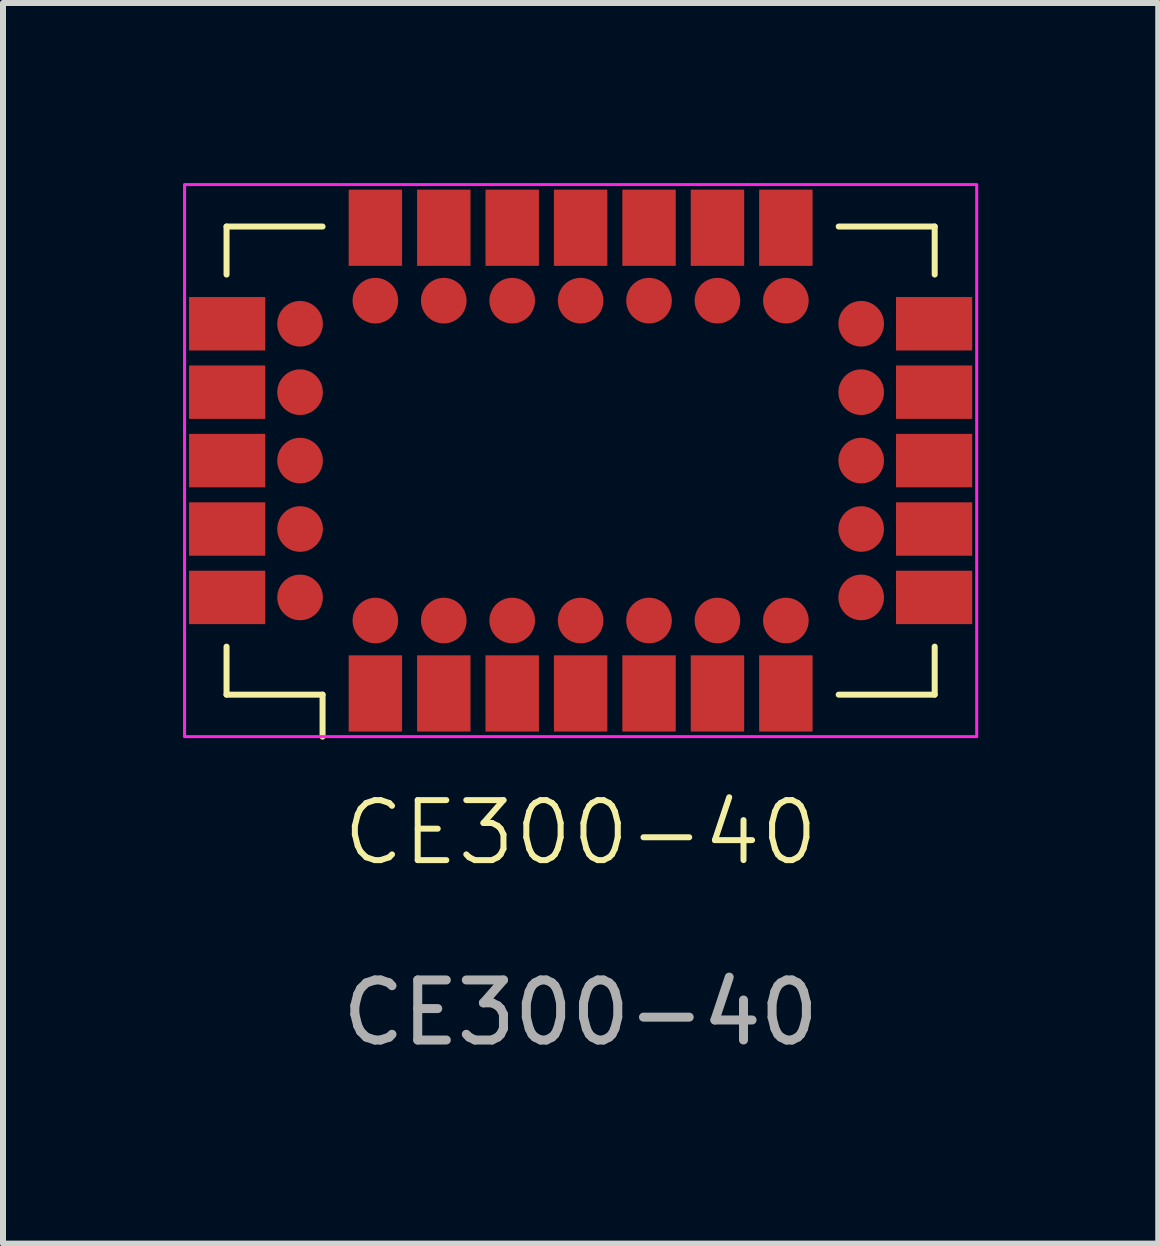
<source format=kicad_pcb>
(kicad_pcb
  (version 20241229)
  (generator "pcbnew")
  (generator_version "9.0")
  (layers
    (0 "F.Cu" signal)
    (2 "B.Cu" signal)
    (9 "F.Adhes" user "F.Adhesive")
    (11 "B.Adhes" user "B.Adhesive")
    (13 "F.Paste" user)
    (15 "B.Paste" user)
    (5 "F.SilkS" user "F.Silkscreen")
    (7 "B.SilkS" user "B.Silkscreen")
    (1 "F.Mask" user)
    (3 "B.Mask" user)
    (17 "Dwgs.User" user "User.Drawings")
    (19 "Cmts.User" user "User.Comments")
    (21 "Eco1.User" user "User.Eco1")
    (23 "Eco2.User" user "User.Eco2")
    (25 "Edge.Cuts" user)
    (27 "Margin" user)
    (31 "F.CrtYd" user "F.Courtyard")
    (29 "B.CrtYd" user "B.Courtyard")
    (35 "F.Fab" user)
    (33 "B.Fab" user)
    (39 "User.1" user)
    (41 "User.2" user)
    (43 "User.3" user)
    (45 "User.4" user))
  (footprint "CE300-40"
    (layer "F.Cu")
    (at 6.625 4.625)
    (property "Reference" "CE300-40" (at 0 6.2 0) (unlocked yes) (layer "F.SilkS") (effects (font (size 1 1) (thickness 0.1))))
    (attr smd)
    (fp_line (start -5.9 -3.1) (end -5.9 -3.9) (stroke (width 0.1) (type default)) (layer "F.SilkS"))
    (fp_line (start -5.9 3.1) (end -5.9 3.9) (stroke (width 0.1) (type default)) (layer "F.SilkS"))
    (fp_line (start -5.9 3.9) (end -4.3 3.9) (stroke (width 0.1) (type default)) (layer "F.SilkS"))
    (fp_line (start -4.3 -3.9) (end -5.9 -3.9) (stroke (width 0.1) (type default)) (layer "F.SilkS"))
    (fp_line (start -4.3 3.9) (end -4.3 4.6) (stroke (width 0.1) (type default)) (layer "F.SilkS"))
    (fp_line (start 4.3 3.9) (end 5.9 3.9) (stroke (width 0.1) (type default)) (layer "F.SilkS"))
    (fp_line (start 5.9 -3.9) (end 4.3 -3.9) (stroke (width 0.1) (type default)) (layer "F.SilkS"))
    (fp_line (start 5.9 -3.1) (end 5.9 -3.9) (stroke (width 0.1) (type default)) (layer "F.SilkS"))
    (fp_line (start 5.9 3.9) (end 5.9 3.1) (stroke (width 0.1) (type default)) (layer "F.SilkS"))
    (fp_rect (start -6.6 -4.6) (end 6.6 4.6) (stroke (width 0.05) (type default)) (fill no) (layer "F.CrtYd"))
    (fp_text user "${REFERENCE}" (at 0 9.2 0) (unlocked yes) (layer "F.Fab") (effects (font (size 1 1) (thickness 0.15))))
    (pad "1" smd circle (at -3.42 2.665) (size 0.76 0.76) (layers "F.Cu" "F.Mask" "F.Paste"))
    (pad "1" smd rect (at -3.42 3.88) (size 0.89 1.27) (property pad_prop_testpoint) (layers "F.Cu" "F.Mask"))
    (pad "2" smd circle (at -2.28 2.665) (size 0.76 0.76) (layers "F.Cu" "F.Mask" "F.Paste"))
    (pad "2" smd rect (at -2.28 3.88) (size 0.89 1.27) (property pad_prop_testpoint) (layers "F.Cu" "F.Mask"))
    (pad "3" smd circle (at -1.14 2.665) (size 0.76 0.76) (layers "F.Cu" "F.Mask" "F.Paste"))
    (pad "3" smd rect (at -1.14 3.88) (size 0.89 1.27) (property pad_prop_testpoint) (layers "F.Cu" "F.Mask"))
    (pad "4" smd circle (at 0 2.665) (size 0.76 0.76) (layers "F.Cu" "F.Mask" "F.Paste"))
    (pad "4" smd rect (at 0 3.88) (size 0.89 1.27) (property pad_prop_testpoint) (layers "F.Cu" "F.Mask"))
    (pad "5" smd circle (at 1.14 2.665) (size 0.76 0.76) (layers "F.Cu" "F.Mask" "F.Paste"))
    (pad "5" smd rect (at 1.14 3.88) (size 0.89 1.27) (property pad_prop_testpoint) (layers "F.Cu" "F.Mask"))
    (pad "6" smd circle (at 2.28 2.665) (size 0.76 0.76) (layers "F.Cu" "F.Mask" "F.Paste"))
    (pad "6" smd rect (at 2.28 3.88) (size 0.89 1.27) (property pad_prop_testpoint) (layers "F.Cu" "F.Mask"))
    (pad "7" smd circle (at 3.42 2.665) (size 0.76 0.76) (layers "F.Cu" "F.Mask" "F.Paste"))
    (pad "7" smd rect (at 3.42 3.88) (size 0.89 1.27) (property pad_prop_testpoint) (layers "F.Cu" "F.Mask"))
    (pad "8" smd circle (at 4.675 2.28) (size 0.76 0.76) (layers "F.Cu" "F.Mask" "F.Paste"))
    (pad "8" smd rect (at 5.89 2.28 90) (size 0.89 1.27) (property pad_prop_testpoint) (layers "F.Cu" "F.Mask"))
    (pad "9" smd circle (at 4.675 1.14) (size 0.76 0.76) (layers "F.Cu" "F.Mask" "F.Paste"))
    (pad "9" smd rect (at 5.89 1.14 90) (size 0.89 1.27) (property pad_prop_testpoint) (layers "F.Cu" "F.Mask"))
    (pad "10" smd circle (at 4.675 0) (size 0.76 0.76) (layers "F.Cu" "F.Mask" "F.Paste"))
    (pad "10" smd rect (at 5.89 0 90) (size 0.89 1.27) (property pad_prop_testpoint) (layers "F.Cu" "F.Mask"))
    (pad "11" smd circle (at 4.675 -1.14) (size 0.76 0.76) (layers "F.Cu" "F.Mask" "F.Paste"))
    (pad "11" smd rect (at 5.89 -1.14 90) (size 0.89 1.27) (property pad_prop_testpoint) (layers "F.Cu" "F.Mask"))
    (pad "12" smd circle (at 4.675 -2.28) (size 0.76 0.76) (layers "F.Cu" "F.Mask" "F.Paste"))
    (pad "12" smd rect (at 5.89 -2.28 90) (size 0.89 1.27) (property pad_prop_testpoint) (layers "F.Cu" "F.Mask"))
    (pad "13" smd rect (at 3.42 -3.88) (size 0.89 1.27) (property pad_prop_testpoint) (layers "F.Cu" "F.Mask"))
    (pad "13" smd circle (at 3.42 -2.665) (size 0.76 0.76) (layers "F.Cu" "F.Mask" "F.Paste"))
    (pad "14" smd rect (at 2.28 -3.88) (size 0.89 1.27) (property pad_prop_testpoint) (layers "F.Cu" "F.Mask"))
    (pad "14" smd circle (at 2.28 -2.665) (size 0.76 0.76) (layers "F.Cu" "F.Mask" "F.Paste"))
    (pad "15" smd rect (at 1.14 -3.88) (size 0.89 1.27) (property pad_prop_testpoint) (layers "F.Cu" "F.Mask"))
    (pad "15" smd circle (at 1.14 -2.665) (size 0.76 0.76) (layers "F.Cu" "F.Mask" "F.Paste"))
    (pad "16" smd rect (at 0 -3.88) (size 0.89 1.27) (property pad_prop_testpoint) (layers "F.Cu" "F.Mask"))
    (pad "16" smd circle (at 0 -2.665) (size 0.76 0.76) (layers "F.Cu" "F.Mask" "F.Paste"))
    (pad "17" smd rect (at -1.14 -3.88) (size 0.89 1.27) (property pad_prop_testpoint) (layers "F.Cu" "F.Mask"))
    (pad "17" smd circle (at -1.14 -2.665) (size 0.76 0.76) (layers "F.Cu" "F.Mask" "F.Paste"))
    (pad "18" smd rect (at -2.28 -3.88) (size 0.89 1.27) (property pad_prop_testpoint) (layers "F.Cu" "F.Mask"))
    (pad "18" smd circle (at -2.28 -2.665) (size 0.76 0.76) (layers "F.Cu" "F.Mask" "F.Paste"))
    (pad "19" smd rect (at -3.42 -3.88) (size 0.89 1.27) (property pad_prop_testpoint) (layers "F.Cu" "F.Mask"))
    (pad "19" smd circle (at -3.42 -2.665) (size 0.76 0.76) (layers "F.Cu" "F.Mask" "F.Paste"))
    (pad "20" smd rect (at -5.89 -2.28 90) (size 0.89 1.27) (property pad_prop_testpoint) (layers "F.Cu" "F.Mask"))
    (pad "20" smd circle (at -4.675 -2.28) (size 0.76 0.76) (layers "F.Cu" "F.Mask" "F.Paste"))
    (pad "21" smd rect (at -5.89 -1.14 90) (size 0.89 1.27) (property pad_prop_testpoint) (layers "F.Cu" "F.Mask"))
    (pad "21" smd circle (at -4.675 -1.14) (size 0.76 0.76) (layers "F.Cu" "F.Mask" "F.Paste"))
    (pad "22" smd rect (at -5.89 0 90) (size 0.89 1.27) (property pad_prop_testpoint) (layers "F.Cu" "F.Mask"))
    (pad "22" smd circle (at -4.675 0) (size 0.76 0.76) (layers "F.Cu" "F.Mask" "F.Paste"))
    (pad "23" smd rect (at -5.89 1.14 90) (size 0.89 1.27) (property pad_prop_testpoint) (layers "F.Cu" "F.Mask"))
    (pad "23" smd circle (at -4.675 1.14) (size 0.76 0.76) (layers "F.Cu" "F.Mask" "F.Paste"))
    (pad "24" smd rect (at -5.89 2.28 90) (size 0.89 1.27) (property pad_prop_testpoint) (layers "F.Cu" "F.Mask"))
    (pad "24" smd circle (at -4.675 2.28) (size 0.76 0.76) (layers "F.Cu" "F.Mask" "F.Paste")))
  (gr_rect
    (start -3 -3)
    (end 16.25 17.673)
    (stroke (width 0.1) (type default))
    (fill no)
    (layer "Edge.Cuts")))
</source>
